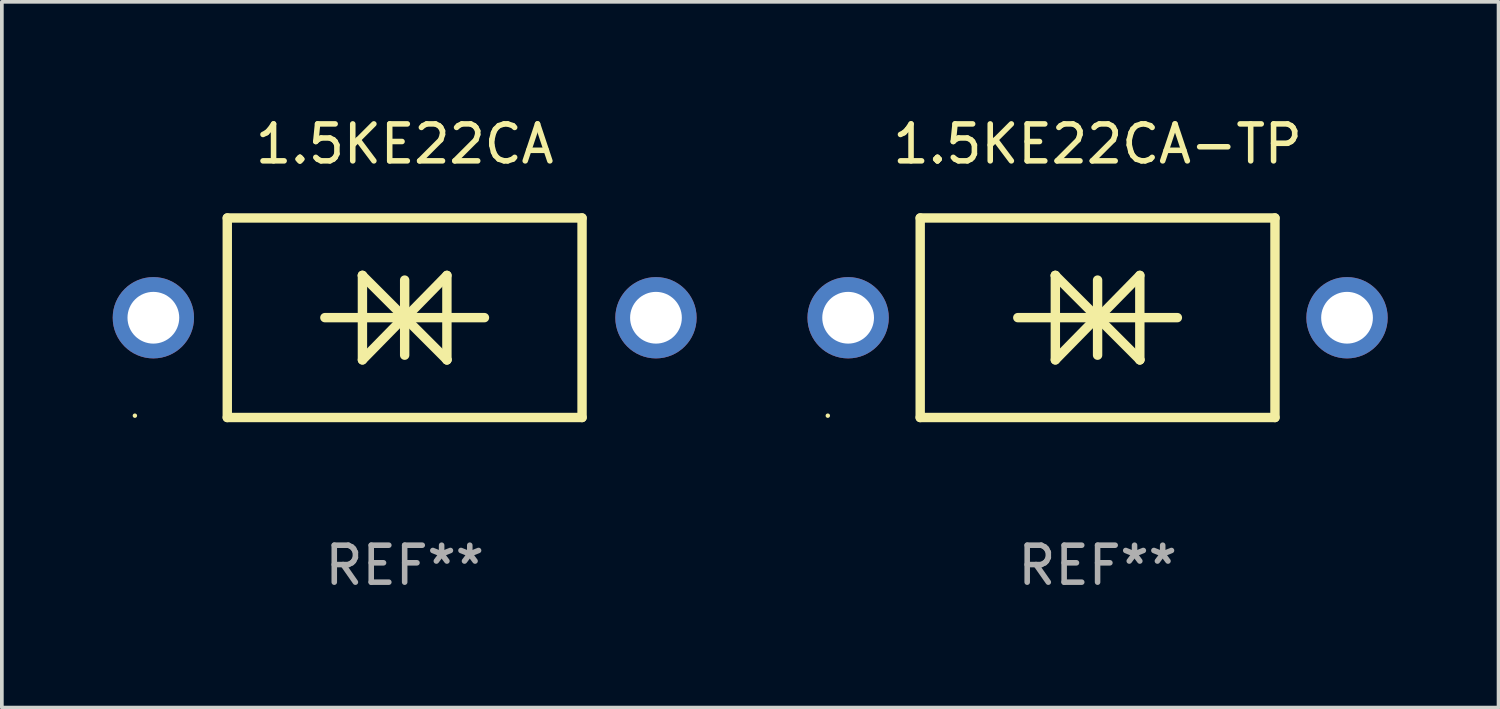
<source format=kicad_pcb>
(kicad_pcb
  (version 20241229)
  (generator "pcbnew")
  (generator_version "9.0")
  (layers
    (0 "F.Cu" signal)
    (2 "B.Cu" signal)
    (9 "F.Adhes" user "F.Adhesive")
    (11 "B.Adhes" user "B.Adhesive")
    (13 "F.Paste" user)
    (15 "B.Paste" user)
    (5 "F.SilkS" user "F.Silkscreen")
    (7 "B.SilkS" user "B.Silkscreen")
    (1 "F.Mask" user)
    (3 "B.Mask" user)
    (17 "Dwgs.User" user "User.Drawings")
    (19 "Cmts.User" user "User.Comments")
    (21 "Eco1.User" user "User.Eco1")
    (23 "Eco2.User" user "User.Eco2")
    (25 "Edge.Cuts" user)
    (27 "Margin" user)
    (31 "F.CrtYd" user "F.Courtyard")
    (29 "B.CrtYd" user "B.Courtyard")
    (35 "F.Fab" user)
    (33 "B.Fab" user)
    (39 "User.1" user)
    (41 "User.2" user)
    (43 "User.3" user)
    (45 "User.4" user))
  (footprint "1.5KE22CA-TP"
    (layer "F.Cu")
    (at 26.65 5.548)
    (property "Reference" "1.5KE22CA-TP" (at 0 -4.7 0) (layer "F.SilkS") (effects (font (size 1 1) (thickness 0.15))))
    (attr through_hole)
    (fp_line (start -4.8 -2.7) (end -4.8 2.7) (stroke (width 0.254) (type solid)) (layer "F.SilkS"))
    (fp_line (start -4.8 -2.7) (end 4.8 -2.7) (stroke (width 0.254) (type solid)) (layer "F.SilkS"))
    (fp_line (start -2.159 -0.003) (end 2.159 -0.003) (stroke (width 0.254) (type solid)) (layer "F.SilkS"))
    (fp_line (start -1.143 -1.146) (end -1.143 1.14) (stroke (width 0.254) (type solid)) (layer "F.SilkS"))
    (fp_line (start -1.143 -1.143) (end -1.143 -1.146) (stroke (width 0.254) (type solid)) (layer "F.SilkS"))
    (fp_line (start 0 -1.019) (end 0 1.013) (stroke (width 0.254) (type solid)) (layer "F.SilkS"))
    (fp_line (start 0 -0.026) (end -1.143 1.14) (stroke (width 0.254) (type solid)) (layer "F.SilkS"))
    (fp_line (start 0 -0.006) (end 1.143 1.137) (stroke (width 0.254) (type solid)) (layer "F.SilkS"))
    (fp_line (start 0 0) (end -1.143 -1.143) (stroke (width 0.254) (type solid)) (layer "F.SilkS"))
    (fp_line (start 0 0.02) (end 1.143 -1.146) (stroke (width 0.254) (type solid)) (layer "F.SilkS"))
    (fp_line (start 1.143 1.137) (end 1.143 1.14) (stroke (width 0.254) (type solid)) (layer "F.SilkS"))
    (fp_line (start 1.143 1.14) (end 1.143 -1.146) (stroke (width 0.254) (type solid)) (layer "F.SilkS"))
    (fp_line (start 4.8 -2.7) (end 4.8 2.7) (stroke (width 0.254) (type solid)) (layer "F.SilkS"))
    (fp_line (start 4.8 2.7) (end -4.8 2.7) (stroke (width 0.254) (type solid)) (layer "F.SilkS"))
    (fp_circle (center -7.3 2.65) (end -7.27 2.65) (stroke (width 0.06) (type solid)) (fill no) (layer "F.SilkS"))
    (fp_text user "REF**" (at 0 6.7 0) (layer "F.Fab") (effects (font (size 1 1) (thickness 0.15))))
    (pad "1" thru_hole circle (at -6.75 0) (size 2.2 2.2) (drill 1.4) (layers "*.Cu" "*.Mask"))
    (pad "2" thru_hole circle (at 6.75 0) (size 2.2 2.2) (drill 1.4) (layers "*.Cu" "*.Mask")))
  (footprint "1.5KE22CA"
    (layer "F.Cu")
    (at 7.9 5.548)
    (property "Reference" "1.5KE22CA" (at 0 -4.7 0) (layer "F.SilkS") (effects (font (size 1 1) (thickness 0.15))))
    (attr through_hole)
    (fp_line (start -4.8 -2.7) (end -4.8 2.7) (stroke (width 0.254) (type solid)) (layer "F.SilkS"))
    (fp_line (start -4.8 -2.7) (end 4.8 -2.7) (stroke (width 0.254) (type solid)) (layer "F.SilkS"))
    (fp_line (start -2.159 -0.003) (end 2.159 -0.003) (stroke (width 0.254) (type solid)) (layer "F.SilkS"))
    (fp_line (start -1.143 -1.146) (end -1.143 1.14) (stroke (width 0.254) (type solid)) (layer "F.SilkS"))
    (fp_line (start -1.143 -1.143) (end -1.143 -1.146) (stroke (width 0.254) (type solid)) (layer "F.SilkS"))
    (fp_line (start 0 -1.019) (end 0 1.013) (stroke (width 0.254) (type solid)) (layer "F.SilkS"))
    (fp_line (start 0 -0.026) (end -1.143 1.14) (stroke (width 0.254) (type solid)) (layer "F.SilkS"))
    (fp_line (start 0 -0.006) (end 1.143 1.137) (stroke (width 0.254) (type solid)) (layer "F.SilkS"))
    (fp_line (start 0 0) (end -1.143 -1.143) (stroke (width 0.254) (type solid)) (layer "F.SilkS"))
    (fp_line (start 0 0.02) (end 1.143 -1.146) (stroke (width 0.254) (type solid)) (layer "F.SilkS"))
    (fp_line (start 1.143 1.137) (end 1.143 1.14) (stroke (width 0.254) (type solid)) (layer "F.SilkS"))
    (fp_line (start 1.143 1.14) (end 1.143 -1.146) (stroke (width 0.254) (type solid)) (layer "F.SilkS"))
    (fp_line (start 4.8 -2.7) (end 4.8 2.7) (stroke (width 0.254) (type solid)) (layer "F.SilkS"))
    (fp_line (start 4.8 2.7) (end -4.8 2.7) (stroke (width 0.254) (type solid)) (layer "F.SilkS"))
    (fp_circle (center -7.3 2.65) (end -7.27 2.65) (stroke (width 0.06) (type solid)) (fill no) (layer "F.SilkS"))
    (fp_text user "REF**" (at 0 6.7 0) (layer "F.Fab") (effects (font (size 1 1) (thickness 0.15))))
    (pad "1" thru_hole circle (at -6.8 0) (size 2.2 2.2) (drill 1.4) (layers "*.Cu" "*.Mask"))
    (pad "2" thru_hole circle (at 6.8 0) (size 2.2 2.2) (drill 1.4) (layers "*.Cu" "*.Mask")))
  (gr_rect
    (start -3 -3)
    (end 37.5 16.096)
    (stroke (width 0.1) (type default))
    (fill no)
    (layer "Edge.Cuts")))
</source>
